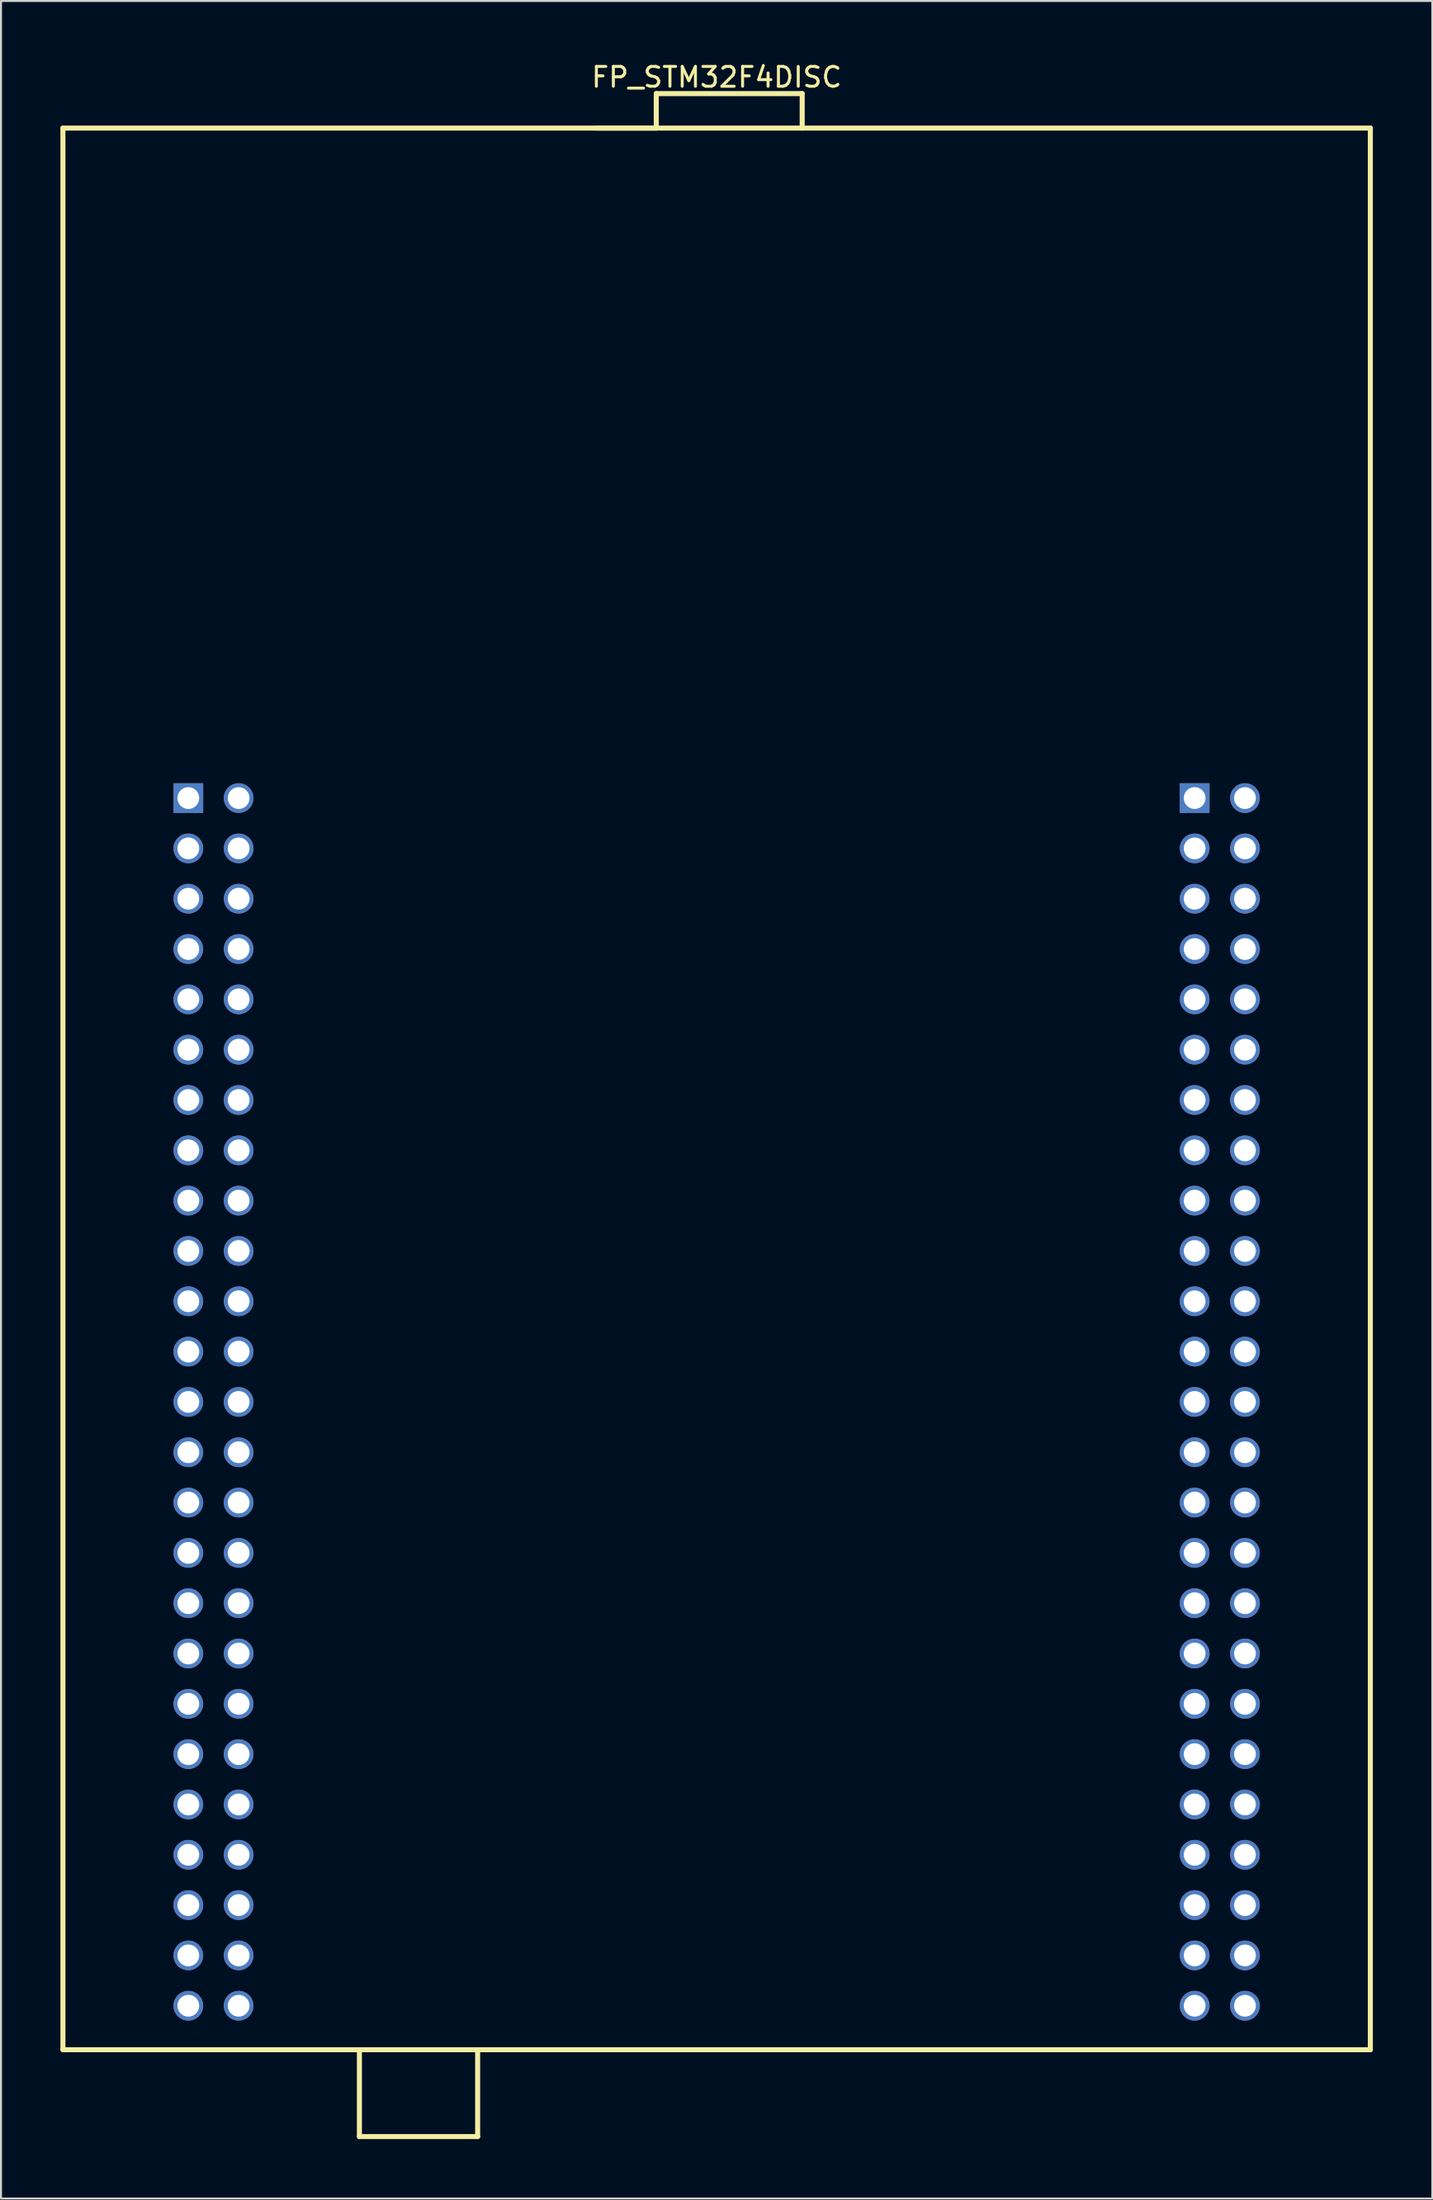
<source format=kicad_pcb>
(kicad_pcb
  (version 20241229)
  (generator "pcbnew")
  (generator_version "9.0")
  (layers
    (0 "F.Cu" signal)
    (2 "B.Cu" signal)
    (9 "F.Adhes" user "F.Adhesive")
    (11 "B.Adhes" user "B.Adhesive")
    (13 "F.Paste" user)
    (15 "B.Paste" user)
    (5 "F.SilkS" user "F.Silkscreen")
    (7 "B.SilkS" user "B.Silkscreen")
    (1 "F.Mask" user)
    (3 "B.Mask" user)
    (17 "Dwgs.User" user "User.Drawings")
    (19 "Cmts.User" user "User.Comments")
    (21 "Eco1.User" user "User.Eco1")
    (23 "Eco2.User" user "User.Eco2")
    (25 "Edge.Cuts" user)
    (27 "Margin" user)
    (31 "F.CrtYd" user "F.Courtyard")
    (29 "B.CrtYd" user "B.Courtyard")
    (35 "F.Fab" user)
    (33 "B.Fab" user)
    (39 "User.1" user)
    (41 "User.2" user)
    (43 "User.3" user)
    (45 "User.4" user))
  (footprint "FP_STM32F4DISC"
    (layer "F.Cu")
    (at 6.457 37.235)
    (property "Reference" "FP_STM32F4DISC" (at 26.67 -36.387 0) (layer "F.SilkS") (effects (font (size 1 1) (thickness 0.15))))
    (fp_line (start -6.33 -33.82) (end 59.67 -33.82) (stroke (width 0.254) (type solid)) (layer "F.SilkS"))
    (fp_line (start -6.33 63.18) (end -6.33 -33.82) (stroke (width 0.254) (type solid)) (layer "F.SilkS"))
    (fp_line (start -6.33 63.18) (end 59.67 63.18) (stroke (width 0.254) (type solid)) (layer "F.SilkS"))
    (fp_line (start 8.636 67.564) (end 8.636 63.18) (stroke (width 0.254) (type solid)) (layer "F.SilkS"))
    (fp_line (start 8.636 67.564) (end 14.605 67.564) (stroke (width 0.254) (type solid)) (layer "F.SilkS"))
    (fp_line (start 14.605 67.564) (end 14.605 63.18) (stroke (width 0.254) (type solid)) (layer "F.SilkS"))
    (fp_line (start 20.574 -33.82) (end 23.622 -33.82) (stroke (width 0.254) (type solid)) (layer "F.SilkS"))
    (fp_line (start 23.622 -35.56) (end 30.988 -35.56) (stroke (width 0.254) (type solid)) (layer "F.SilkS"))
    (fp_line (start 23.622 -33.82) (end 23.622 -35.56) (stroke (width 0.254) (type solid)) (layer "F.SilkS"))
    (fp_line (start 30.988 -33.82) (end 30.988 -35.56) (stroke (width 0.254) (type solid)) (layer "F.SilkS"))
    (fp_line (start 59.67 63.18) (end 59.67 -33.82) (stroke (width 0.254) (type solid)) (layer "F.SilkS"))
    (pad "1" thru_hole rect (at 0 0 270) (size 1.5 1.5) (drill 1.1) (layers "*.Cu" "*.Mask"))
    (pad "2" thru_hole circle (at 2.54 0 270) (size 1.5 1.5) (drill 1.1) (layers "*.Cu" "*.Mask"))
    (pad "3" thru_hole circle (at 0 2.54 270) (size 1.5 1.5) (drill 1.1) (layers "*.Cu" "*.Mask"))
    (pad "4" thru_hole circle (at 2.54 2.54 270) (size 1.5 1.5) (drill 1.1) (layers "*.Cu" "*.Mask"))
    (pad "5" thru_hole circle (at 0 5.08 270) (size 1.5 1.5) (drill 1.1) (layers "*.Cu" "*.Mask"))
    (pad "6" thru_hole circle (at 2.54 5.08 270) (size 1.5 1.5) (drill 1.1) (layers "*.Cu" "*.Mask"))
    (pad "7" thru_hole circle (at 0 7.62 270) (size 1.5 1.5) (drill 1.1) (layers "*.Cu" "*.Mask"))
    (pad "8" thru_hole circle (at 2.54 7.62 270) (size 1.5 1.5) (drill 1.1) (layers "*.Cu" "*.Mask"))
    (pad "9" thru_hole circle (at 0 10.16 270) (size 1.5 1.5) (drill 1.1) (layers "*.Cu" "*.Mask"))
    (pad "10" thru_hole circle (at 2.54 10.16 270) (size 1.5 1.5) (drill 1.1) (layers "*.Cu" "*.Mask"))
    (pad "11" thru_hole circle (at 0 12.7 270) (size 1.5 1.5) (drill 1.1) (layers "*.Cu" "*.Mask"))
    (pad "12" thru_hole circle (at 2.54 12.7 270) (size 1.5 1.5) (drill 1.1) (layers "*.Cu" "*.Mask"))
    (pad "13" thru_hole circle (at 0 15.24 270) (size 1.5 1.5) (drill 1.1) (layers "*.Cu" "*.Mask"))
    (pad "14" thru_hole circle (at 2.54 15.24 270) (size 1.5 1.5) (drill 1.1) (layers "*.Cu" "*.Mask"))
    (pad "15" thru_hole circle (at 0 17.78 270) (size 1.5 1.5) (drill 1.1) (layers "*.Cu" "*.Mask"))
    (pad "16" thru_hole circle (at 2.54 17.78 270) (size 1.5 1.5) (drill 1.1) (layers "*.Cu" "*.Mask"))
    (pad "17" thru_hole circle (at 0 20.32 270) (size 1.5 1.5) (drill 1.1) (layers "*.Cu" "*.Mask"))
    (pad "18" thru_hole circle (at 2.54 20.32 270) (size 1.5 1.5) (drill 1.1) (layers "*.Cu" "*.Mask"))
    (pad "19" thru_hole circle (at 0 22.86 270) (size 1.5 1.5) (drill 1.1) (layers "*.Cu" "*.Mask"))
    (pad "20" thru_hole circle (at 2.54 22.86 270) (size 1.5 1.5) (drill 1.1) (layers "*.Cu" "*.Mask"))
    (pad "21" thru_hole circle (at 0 25.4 270) (size 1.5 1.5) (drill 1.1) (layers "*.Cu" "*.Mask"))
    (pad "22" thru_hole circle (at 2.54 25.4 270) (size 1.5 1.5) (drill 1.1) (layers "*.Cu" "*.Mask"))
    (pad "23" thru_hole circle (at 0 27.94 270) (size 1.5 1.5) (drill 1.1) (layers "*.Cu" "*.Mask"))
    (pad "24" thru_hole circle (at 2.54 27.94 270) (size 1.5 1.5) (drill 1.1) (layers "*.Cu" "*.Mask"))
    (pad "25" thru_hole circle (at 0 30.48 270) (size 1.5 1.5) (drill 1.1) (layers "*.Cu" "*.Mask"))
    (pad "26" thru_hole circle (at 2.54 30.48 270) (size 1.5 1.5) (drill 1.1) (layers "*.Cu" "*.Mask"))
    (pad "27" thru_hole circle (at 0 33.02 270) (size 1.5 1.5) (drill 1.1) (layers "*.Cu" "*.Mask"))
    (pad "28" thru_hole circle (at 2.54 33.02 270) (size 1.5 1.5) (drill 1.1) (layers "*.Cu" "*.Mask"))
    (pad "29" thru_hole circle (at 0 35.56 270) (size 1.5 1.5) (drill 1.1) (layers "*.Cu" "*.Mask"))
    (pad "30" thru_hole circle (at 2.54 35.56 270) (size 1.5 1.5) (drill 1.1) (layers "*.Cu" "*.Mask"))
    (pad "31" thru_hole circle (at 0 38.1 270) (size 1.5 1.5) (drill 1.1) (layers "*.Cu" "*.Mask"))
    (pad "32" thru_hole circle (at 2.54 38.1 270) (size 1.5 1.5) (drill 1.1) (layers "*.Cu" "*.Mask"))
    (pad "33" thru_hole circle (at 0 40.64 270) (size 1.5 1.5) (drill 1.1) (layers "*.Cu" "*.Mask"))
    (pad "34" thru_hole circle (at 2.54 40.64 270) (size 1.5 1.5) (drill 1.1) (layers "*.Cu" "*.Mask"))
    (pad "35" thru_hole circle (at 0 43.18 270) (size 1.5 1.5) (drill 1.1) (layers "*.Cu" "*.Mask"))
    (pad "36" thru_hole circle (at 2.54 43.18 270) (size 1.5 1.5) (drill 1.1) (layers "*.Cu" "*.Mask"))
    (pad "37" thru_hole circle (at 0 45.72 270) (size 1.5 1.5) (drill 1.1) (layers "*.Cu" "*.Mask"))
    (pad "38" thru_hole circle (at 2.54 45.72 270) (size 1.5 1.5) (drill 1.1) (layers "*.Cu" "*.Mask"))
    (pad "39" thru_hole circle (at 0 48.26 270) (size 1.5 1.5) (drill 1.1) (layers "*.Cu" "*.Mask"))
    (pad "40" thru_hole circle (at 2.54 48.26 270) (size 1.5 1.5) (drill 1.1) (layers "*.Cu" "*.Mask"))
    (pad "41" thru_hole circle (at 0 50.8 270) (size 1.5 1.5) (drill 1.1) (layers "*.Cu" "*.Mask"))
    (pad "42" thru_hole circle (at 2.54 50.8 270) (size 1.5 1.5) (drill 1.1) (layers "*.Cu" "*.Mask"))
    (pad "43" thru_hole circle (at 0 53.34 270) (size 1.5 1.5) (drill 1.1) (layers "*.Cu" "*.Mask"))
    (pad "44" thru_hole circle (at 2.54 53.34 270) (size 1.5 1.5) (drill 1.1) (layers "*.Cu" "*.Mask"))
    (pad "45" thru_hole circle (at 0 55.88 270) (size 1.5 1.5) (drill 1.1) (layers "*.Cu" "*.Mask"))
    (pad "46" thru_hole circle (at 2.54 55.88 270) (size 1.5 1.5) (drill 1.1) (layers "*.Cu" "*.Mask"))
    (pad "47" thru_hole circle (at 0 58.42 270) (size 1.5 1.5) (drill 1.1) (layers "*.Cu" "*.Mask"))
    (pad "48" thru_hole circle (at 2.54 58.42 270) (size 1.5 1.5) (drill 1.1) (layers "*.Cu" "*.Mask"))
    (pad "49" thru_hole circle (at 0 60.96 270) (size 1.5 1.5) (drill 1.1) (layers "*.Cu" "*.Mask"))
    (pad "50" thru_hole circle (at 2.54 60.96 270) (size 1.5 1.5) (drill 1.1) (layers "*.Cu" "*.Mask"))
    (pad "51" thru_hole rect (at 50.8 0 270) (size 1.5 1.5) (drill 1.1) (layers "*.Cu" "*.Mask"))
    (pad "52" thru_hole circle (at 53.34 0 270) (size 1.5 1.5) (drill 1.1) (layers "*.Cu" "*.Mask"))
    (pad "53" thru_hole circle (at 50.8 2.54 270) (size 1.5 1.5) (drill 1.1) (layers "*.Cu" "*.Mask"))
    (pad "54" thru_hole circle (at 53.34 2.54 270) (size 1.5 1.5) (drill 1.1) (layers "*.Cu" "*.Mask"))
    (pad "55" thru_hole circle (at 50.8 5.08 270) (size 1.5 1.5) (drill 1.1) (layers "*.Cu" "*.Mask"))
    (pad "56" thru_hole circle (at 53.34 5.08 270) (size 1.5 1.5) (drill 1.1) (layers "*.Cu" "*.Mask"))
    (pad "57" thru_hole circle (at 50.8 7.62 270) (size 1.5 1.5) (drill 1.1) (layers "*.Cu" "*.Mask"))
    (pad "58" thru_hole circle (at 53.34 7.62 270) (size 1.5 1.5) (drill 1.1) (layers "*.Cu" "*.Mask"))
    (pad "59" thru_hole circle (at 50.8 10.16 270) (size 1.5 1.5) (drill 1.1) (layers "*.Cu" "*.Mask"))
    (pad "60" thru_hole circle (at 53.34 10.16 270) (size 1.5 1.5) (drill 1.1) (layers "*.Cu" "*.Mask"))
    (pad "61" thru_hole circle (at 50.8 12.7 270) (size 1.5 1.5) (drill 1.1) (layers "*.Cu" "*.Mask"))
    (pad "62" thru_hole circle (at 53.34 12.7 270) (size 1.5 1.5) (drill 1.1) (layers "*.Cu" "*.Mask"))
    (pad "63" thru_hole circle (at 50.8 15.24 270) (size 1.5 1.5) (drill 1.1) (layers "*.Cu" "*.Mask"))
    (pad "64" thru_hole circle (at 53.34 15.24 270) (size 1.5 1.5) (drill 1.1) (layers "*.Cu" "*.Mask"))
    (pad "65" thru_hole circle (at 50.8 17.78 270) (size 1.5 1.5) (drill 1.1) (layers "*.Cu" "*.Mask"))
    (pad "66" thru_hole circle (at 53.34 17.78 270) (size 1.5 1.5) (drill 1.1) (layers "*.Cu" "*.Mask"))
    (pad "67" thru_hole circle (at 50.8 20.32 270) (size 1.5 1.5) (drill 1.1) (layers "*.Cu" "*.Mask"))
    (pad "68" thru_hole circle (at 53.34 20.32 270) (size 1.5 1.5) (drill 1.1) (layers "*.Cu" "*.Mask"))
    (pad "69" thru_hole circle (at 50.8 22.86 270) (size 1.5 1.5) (drill 1.1) (layers "*.Cu" "*.Mask"))
    (pad "70" thru_hole circle (at 53.34 22.86 270) (size 1.5 1.5) (drill 1.1) (layers "*.Cu" "*.Mask"))
    (pad "71" thru_hole circle (at 50.8 25.4 270) (size 1.5 1.5) (drill 1.1) (layers "*.Cu" "*.Mask"))
    (pad "72" thru_hole circle (at 53.34 25.4 270) (size 1.5 1.5) (drill 1.1) (layers "*.Cu" "*.Mask"))
    (pad "73" thru_hole circle (at 50.8 27.94 270) (size 1.5 1.5) (drill 1.1) (layers "*.Cu" "*.Mask"))
    (pad "74" thru_hole circle (at 53.34 27.94 270) (size 1.5 1.5) (drill 1.1) (layers "*.Cu" "*.Mask"))
    (pad "75" thru_hole circle (at 50.8 30.48 270) (size 1.5 1.5) (drill 1.1) (layers "*.Cu" "*.Mask"))
    (pad "76" thru_hole circle (at 53.34 30.48 270) (size 1.5 1.5) (drill 1.1) (layers "*.Cu" "*.Mask"))
    (pad "77" thru_hole circle (at 50.8 33.02 270) (size 1.5 1.5) (drill 1.1) (layers "*.Cu" "*.Mask"))
    (pad "78" thru_hole circle (at 53.34 33.02 270) (size 1.5 1.5) (drill 1.1) (layers "*.Cu" "*.Mask"))
    (pad "79" thru_hole circle (at 50.8 35.56 270) (size 1.5 1.5) (drill 1.1) (layers "*.Cu" "*.Mask"))
    (pad "80" thru_hole circle (at 53.34 35.56 270) (size 1.5 1.5) (drill 1.1) (layers "*.Cu" "*.Mask"))
    (pad "81" thru_hole circle (at 50.8 38.1 270) (size 1.5 1.5) (drill 1.1) (layers "*.Cu" "*.Mask"))
    (pad "82" thru_hole circle (at 53.34 38.1 270) (size 1.5 1.5) (drill 1.1) (layers "*.Cu" "*.Mask"))
    (pad "83" thru_hole circle (at 50.8 40.64 270) (size 1.5 1.5) (drill 1.1) (layers "*.Cu" "*.Mask"))
    (pad "84" thru_hole circle (at 53.34 40.64 270) (size 1.5 1.5) (drill 1.1) (layers "*.Cu" "*.Mask"))
    (pad "85" thru_hole circle (at 50.8 43.18 270) (size 1.5 1.5) (drill 1.1) (layers "*.Cu" "*.Mask"))
    (pad "86" thru_hole circle (at 53.34 43.18 270) (size 1.5 1.5) (drill 1.1) (layers "*.Cu" "*.Mask"))
    (pad "87" thru_hole circle (at 50.8 45.72 270) (size 1.5 1.5) (drill 1.1) (layers "*.Cu" "*.Mask"))
    (pad "88" thru_hole circle (at 53.34 45.72 270) (size 1.5 1.5) (drill 1.1) (layers "*.Cu" "*.Mask"))
    (pad "89" thru_hole circle (at 50.8 48.26 270) (size 1.5 1.5) (drill 1.1) (layers "*.Cu" "*.Mask"))
    (pad "90" thru_hole circle (at 53.34 48.26 270) (size 1.5 1.5) (drill 1.1) (layers "*.Cu" "*.Mask"))
    (pad "91" thru_hole circle (at 50.8 50.8 270) (size 1.5 1.5) (drill 1.1) (layers "*.Cu" "*.Mask"))
    (pad "92" thru_hole circle (at 53.34 50.8 270) (size 1.5 1.5) (drill 1.1) (layers "*.Cu" "*.Mask"))
    (pad "93" thru_hole circle (at 50.8 53.34 270) (size 1.5 1.5) (drill 1.1) (layers "*.Cu" "*.Mask"))
    (pad "94" thru_hole circle (at 53.34 53.34 270) (size 1.5 1.5) (drill 1.1) (layers "*.Cu" "*.Mask"))
    (pad "95" thru_hole circle (at 50.8 55.88 270) (size 1.5 1.5) (drill 1.1) (layers "*.Cu" "*.Mask"))
    (pad "96" thru_hole circle (at 53.34 55.88 270) (size 1.5 1.5) (drill 1.1) (layers "*.Cu" "*.Mask"))
    (pad "97" thru_hole circle (at 50.8 58.42 270) (size 1.5 1.5) (drill 1.1) (layers "*.Cu" "*.Mask"))
    (pad "98" thru_hole circle (at 53.34 58.42 270) (size 1.5 1.5) (drill 1.1) (layers "*.Cu" "*.Mask"))
    (pad "99" thru_hole circle (at 50.8 60.96 270) (size 1.5 1.5) (drill 1.1) (layers "*.Cu" "*.Mask"))
    (pad "100" thru_hole circle (at 53.34 60.96 270) (size 1.5 1.5) (drill 1.1) (layers "*.Cu" "*.Mask")))
  (gr_rect
    (start -3 -3)
    (end 69.254 107.926)
    (stroke (width 0.1) (type default))
    (fill no)
    (layer "Edge.Cuts")))
</source>
